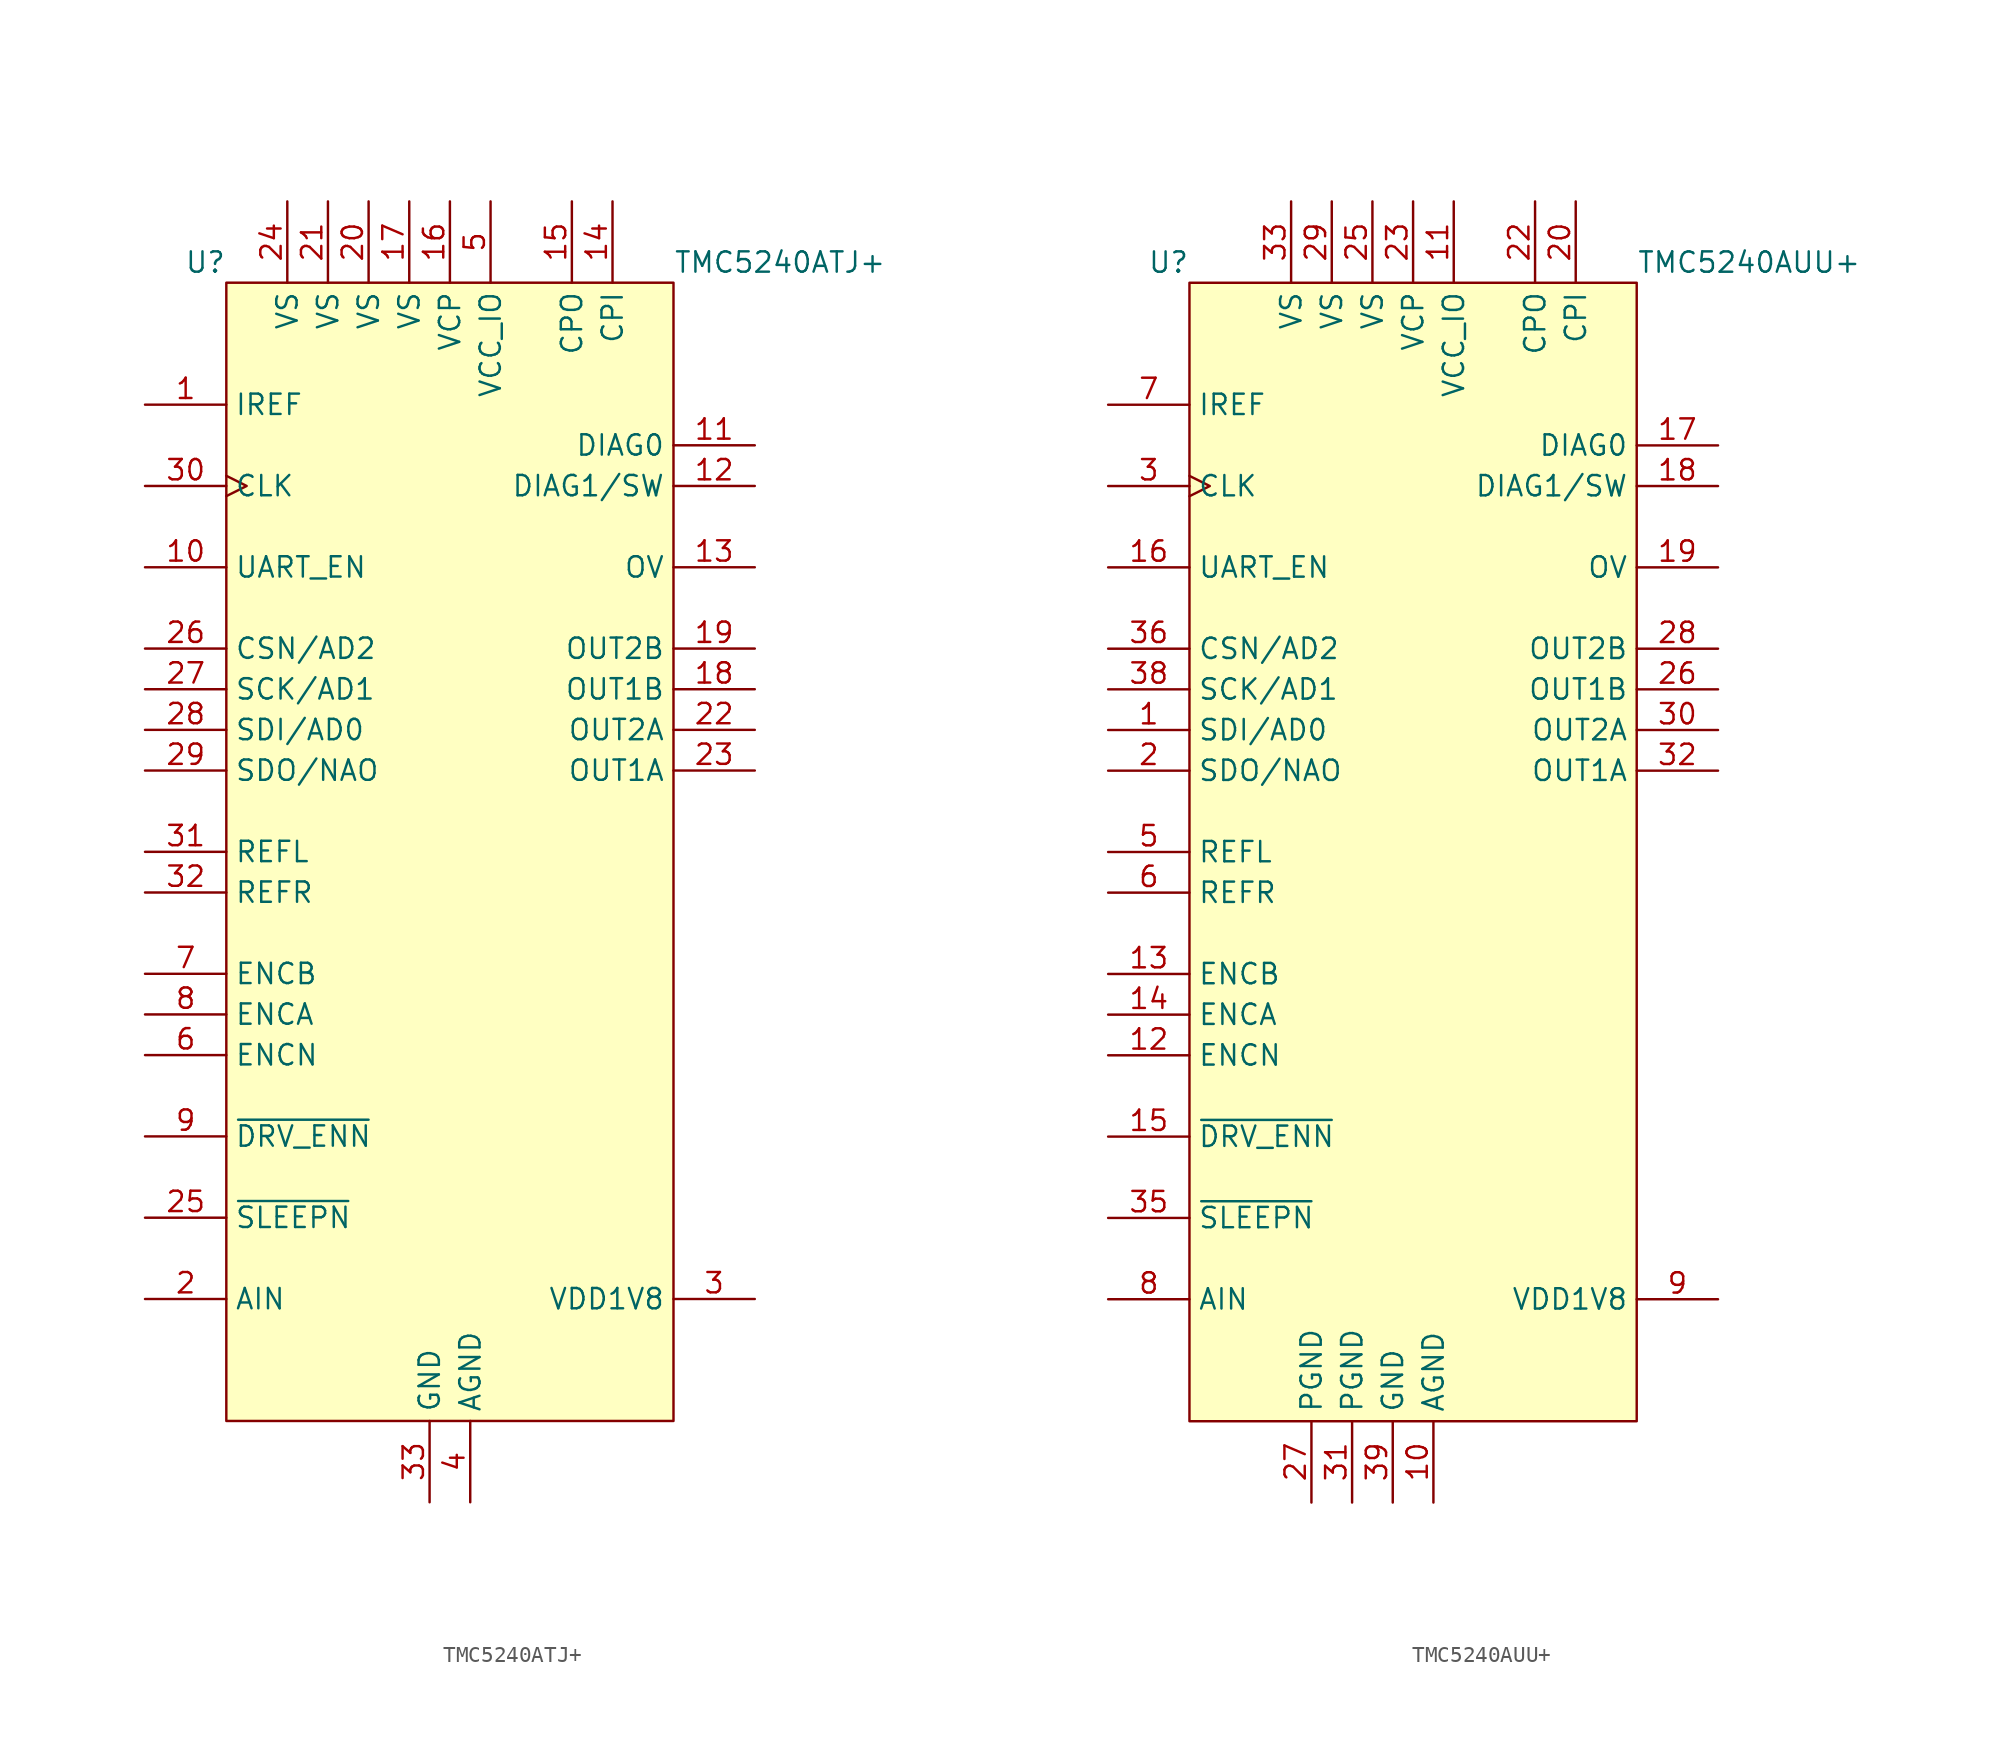
<source format=kicad_sym>
(kicad_symbol_lib
  (version 20231120)
  (generator "kicad_symbol_editor")
  (generator_version "8.0")
  (symbol "TMC5240ATJ+"
    (property "Reference" "U"
      (at -13.97 36.83 0)
      (effects (font (size 1.27 1.27)) (justify right)))
    (property "Value" "TMC5240ATJ+"
      (at 13.97 36.83 0)
      (effects (font (size 1.27 1.27)) (justify left)))
    (symbol "TMC5240ATJ+_1_1"
      (rectangle (start -13.97 35.56) (end 13.97 -35.56) (stroke (width 0) (type default)) (fill (type background)))
      (pin input line (at -19.05 27.94 0) (length 5.08) (name "IREF" (effects (font (size 1.27 1.27)))) (number "1" (effects (font (size 1.27 1.27)))))
      (pin input line (at -19.05 17.78 0) (length 5.08) (name "UART_EN" (effects (font (size 1.27 1.27)))) (number "10" (effects (font (size 1.27 1.27)))))
      (pin output line (at 19.05 25.4 180) (length 5.08) (name "DIAG0" (effects (font (size 1.27 1.27)))) (number "11" (effects (font (size 1.27 1.27)))))
      (pin bidirectional line (at 19.05 22.86 180) (length 5.08) (name "DIAG1/SW" (effects (font (size 1.27 1.27)))) (number "12" (effects (font (size 1.27 1.27)))))
      (pin output line (at 19.05 17.78 180) (length 5.08) (name "OV" (effects (font (size 1.27 1.27)))) (number "13" (effects (font (size 1.27 1.27)))))
      (pin input line (at 10.16 40.64 270) (length 5.08) (name "CPI" (effects (font (size 1.27 1.27)))) (number "14" (effects (font (size 1.27 1.27)))))
      (pin output line (at 7.62 40.64 270) (length 5.08) (name "CPO" (effects (font (size 1.27 1.27)))) (number "15" (effects (font (size 1.27 1.27)))))
      (pin output line (at 0 40.64 270) (length 5.08) (name "VCP" (effects (font (size 1.27 1.27)))) (number "16" (effects (font (size 1.27 1.27)))))
      (pin power_in line (at -2.54 40.64 270) (length 5.08) (name "VS" (effects (font (size 1.27 1.27)))) (number "17" (effects (font (size 1.27 1.27)))))
      (pin output line (at 19.05 10.16 180) (length 5.08) (name "OUT1B" (effects (font (size 1.27 1.27)))) (number "18" (effects (font (size 1.27 1.27)))))
      (pin output line (at 19.05 12.7 180) (length 5.08) (name "OUT2B" (effects (font (size 1.27 1.27)))) (number "19" (effects (font (size 1.27 1.27)))))
      (pin input line (at -19.05 -27.94 0) (length 5.08) (name "AIN" (effects (font (size 1.27 1.27)))) (number "2" (effects (font (size 1.27 1.27)))))
      (pin power_in line (at -5.08 40.64 270) (length 5.08) (name "VS" (effects (font (size 1.27 1.27)))) (number "20" (effects (font (size 1.27 1.27)))))
      (pin power_in line (at -7.62 40.64 270) (length 5.08) (name "VS" (effects (font (size 1.27 1.27)))) (number "21" (effects (font (size 1.27 1.27)))))
      (pin output line (at 19.05 7.62 180) (length 5.08) (name "OUT2A" (effects (font (size 1.27 1.27)))) (number "22" (effects (font (size 1.27 1.27)))))
      (pin output line (at 19.05 5.08 180) (length 5.08) (name "OUT1A" (effects (font (size 1.27 1.27)))) (number "23" (effects (font (size 1.27 1.27)))))
      (pin power_in line (at -10.16 40.64 270) (length 5.08) (name "VS" (effects (font (size 1.27 1.27)))) (number "24" (effects (font (size 1.27 1.27)))))
      (pin input line (at -19.05 -22.86 0) (length 5.08) (name "~{SLEEPN}" (effects (font (size 1.27 1.27)))) (number "25" (effects (font (size 1.27 1.27)))))
      (pin input line (at -19.05 12.7 0) (length 5.08) (name "CSN/AD2" (effects (font (size 1.27 1.27)))) (number "26" (effects (font (size 1.27 1.27)))))
      (pin input line (at -19.05 10.16 0) (length 5.08) (name "SCK/AD1" (effects (font (size 1.27 1.27)))) (number "27" (effects (font (size 1.27 1.27)))))
      (pin input line (at -19.05 7.62 0) (length 5.08) (name "SDI/AD0" (effects (font (size 1.27 1.27)))) (number "28" (effects (font (size 1.27 1.27)))))
      (pin output line (at -19.05 5.08 0) (length 5.08) (name "SDO/NAO" (effects (font (size 1.27 1.27)))) (number "29" (effects (font (size 1.27 1.27)))))
      (pin power_out line (at 19.05 -27.94 180) (length 5.08) (name "VDD1V8" (effects (font (size 1.27 1.27)))) (number "3" (effects (font (size 1.27 1.27)))))
      (pin input clock (at -19.05 22.86 0) (length 5.08) (name "CLK" (effects (font (size 1.27 1.27)))) (number "30" (effects (font (size 1.27 1.27)))))
      (pin input line (at -19.05 0 0) (length 5.08) (name "REFL" (effects (font (size 1.27 1.27)))) (number "31" (effects (font (size 1.27 1.27)))))
      (pin input line (at -19.05 -2.54 0) (length 5.08) (name "REFR" (effects (font (size 1.27 1.27)))) (number "32" (effects (font (size 1.27 1.27)))))
      (pin power_in line (at -1.27 -40.64 90) (length 5.08) (name "GND" (effects (font (size 1.27 1.27)))) (number "33" (effects (font (size 1.27 1.27)))))
      (pin power_in line (at 1.27 -40.64 90) (length 5.08) (name "AGND" (effects (font (size 1.27 1.27)))) (number "4" (effects (font (size 1.27 1.27)))))
      (pin power_in line (at 2.54 40.64 270) (length 5.08) (name "VCC_IO" (effects (font (size 1.27 1.27)))) (number "5" (effects (font (size 1.27 1.27)))))
      (pin input line (at -19.05 -12.7 0) (length 5.08) (name "ENCN" (effects (font (size 1.27 1.27)))) (number "6" (effects (font (size 1.27 1.27)))))
      (pin input line (at -19.05 -7.62 0) (length 5.08) (name "ENCB" (effects (font (size 1.27 1.27)))) (number "7" (effects (font (size 1.27 1.27)))))
      (pin input line (at -19.05 -10.16 0) (length 5.08) (name "ENCA" (effects (font (size 1.27 1.27)))) (number "8" (effects (font (size 1.27 1.27)))))
      (pin input line (at -19.05 -17.78 0) (length 5.08) (name "~{DRV_ENN}" (effects (font (size 1.27 1.27)))) (number "9" (effects (font (size 1.27 1.27)))))))
  (symbol "TMC5240AUU+"
    (property "Reference" "U"
      (at -13.97 36.83 0)
      (effects (font (size 1.27 1.27)) (justify right)))
    (property "Value" "TMC5240AUU+"
      (at 13.97 36.83 0)
      (effects (font (size 1.27 1.27)) (justify left)))
    (symbol "TMC5240AUU+_1_1"
      (rectangle (start -13.97 35.56) (end 13.97 -35.56) (stroke (width 0) (type default)) (fill (type background)))
      (pin input line (at -19.05 7.62 0) (length 5.08) (name "SDI/AD0" (effects (font (size 1.27 1.27)))) (number "1" (effects (font (size 1.27 1.27)))))
      (pin power_in line (at 1.27 -40.64 90) (length 5.08) (name "AGND" (effects (font (size 1.27 1.27)))) (number "10" (effects (font (size 1.27 1.27)))))
      (pin power_in line (at 2.54 40.64 270) (length 5.08) (name "VCC_IO" (effects (font (size 1.27 1.27)))) (number "11" (effects (font (size 1.27 1.27)))))
      (pin input line (at -19.05 -12.7 0) (length 5.08) (name "ENCN" (effects (font (size 1.27 1.27)))) (number "12" (effects (font (size 1.27 1.27)))))
      (pin input line (at -19.05 -7.62 0) (length 5.08) (name "ENCB" (effects (font (size 1.27 1.27)))) (number "13" (effects (font (size 1.27 1.27)))))
      (pin input line (at -19.05 -10.16 0) (length 5.08) (name "ENCA" (effects (font (size 1.27 1.27)))) (number "14" (effects (font (size 1.27 1.27)))))
      (pin input line (at -19.05 -17.78 0) (length 5.08) (name "~{DRV_ENN}" (effects (font (size 1.27 1.27)))) (number "15" (effects (font (size 1.27 1.27)))))
      (pin input line (at -19.05 17.78 0) (length 5.08) (name "UART_EN" (effects (font (size 1.27 1.27)))) (number "16" (effects (font (size 1.27 1.27)))))
      (pin output line (at 19.05 25.4 180) (length 5.08) (name "DIAG0" (effects (font (size 1.27 1.27)))) (number "17" (effects (font (size 1.27 1.27)))))
      (pin bidirectional line (at 19.05 22.86 180) (length 5.08) (name "DIAG1/SW" (effects (font (size 1.27 1.27)))) (number "18" (effects (font (size 1.27 1.27)))))
      (pin output line (at 19.05 17.78 180) (length 5.08) (name "OV" (effects (font (size 1.27 1.27)))) (number "19" (effects (font (size 1.27 1.27)))))
      (pin output line (at -19.05 5.08 0) (length 5.08) (name "SDO/NAO" (effects (font (size 1.27 1.27)))) (number "2" (effects (font (size 1.27 1.27)))))
      (pin input line (at 10.16 40.64 270) (length 5.08) (name "CPI" (effects (font (size 1.27 1.27)))) (number "20" (effects (font (size 1.27 1.27)))))
      (pin no_connect line (at 13.97 -15.24 180) (length 5.08) hide (name "NC" (effects (font (size 1.27 1.27)))) (number "21" (effects (font (size 1.27 1.27)))))
      (pin output line (at 7.62 40.64 270) (length 5.08) (name "CPO" (effects (font (size 1.27 1.27)))) (number "22" (effects (font (size 1.27 1.27)))))
      (pin output line (at 0 40.64 270) (length 5.08) (name "VCP" (effects (font (size 1.27 1.27)))) (number "23" (effects (font (size 1.27 1.27)))))
      (pin no_connect non_logic (at 13.97 -17.78 180) (length 5.08) hide (name "NC" (effects (font (size 1.27 1.27)))) (number "24" (effects (font (size 1.27 1.27)))))
      (pin power_in line (at -2.54 40.64 270) (length 5.08) (name "VS" (effects (font (size 1.27 1.27)))) (number "25" (effects (font (size 1.27 1.27)))))
      (pin output line (at 19.05 10.16 180) (length 5.08) (name "OUT1B" (effects (font (size 1.27 1.27)))) (number "26" (effects (font (size 1.27 1.27)))))
      (pin power_in line (at -6.35 -40.64 90) (length 5.08) (name "PGND" (effects (font (size 1.27 1.27)))) (number "27" (effects (font (size 1.27 1.27)))))
      (pin output line (at 19.05 12.7 180) (length 5.08) (name "OUT2B" (effects (font (size 1.27 1.27)))) (number "28" (effects (font (size 1.27 1.27)))))
      (pin power_in line (at -5.08 40.64 270) (length 5.08) (name "VS" (effects (font (size 1.27 1.27)))) (number "29" (effects (font (size 1.27 1.27)))))
      (pin input clock (at -19.05 22.86 0) (length 5.08) (name "CLK" (effects (font (size 1.27 1.27)))) (number "3" (effects (font (size 1.27 1.27)))))
      (pin output line (at 19.05 7.62 180) (length 5.08) (name "OUT2A" (effects (font (size 1.27 1.27)))) (number "30" (effects (font (size 1.27 1.27)))))
      (pin power_in line (at -3.81 -40.64 90) (length 5.08) (name "PGND" (effects (font (size 1.27 1.27)))) (number "31" (effects (font (size 1.27 1.27)))))
      (pin output line (at 19.05 5.08 180) (length 5.08) (name "OUT1A" (effects (font (size 1.27 1.27)))) (number "32" (effects (font (size 1.27 1.27)))))
      (pin power_in line (at -7.62 40.64 270) (length 5.08) (name "VS" (effects (font (size 1.27 1.27)))) (number "33" (effects (font (size 1.27 1.27)))))
      (pin no_connect line (at 13.97 -20.32 180) (length 5.08) hide (name "NC" (effects (font (size 1.27 1.27)))) (number "34" (effects (font (size 1.27 1.27)))))
      (pin input line (at -19.05 -22.86 0) (length 5.08) (name "~{SLEEPN}" (effects (font (size 1.27 1.27)))) (number "35" (effects (font (size 1.27 1.27)))))
      (pin input line (at -19.05 12.7 0) (length 5.08) (name "CSN/AD2" (effects (font (size 1.27 1.27)))) (number "36" (effects (font (size 1.27 1.27)))))
      (pin no_connect non_logic (at 13.97 -22.86 180) (length 5.08) hide (name "NC" (effects (font (size 1.27 1.27)))) (number "37" (effects (font (size 1.27 1.27)))))
      (pin input line (at -19.05 10.16 0) (length 5.08) (name "SCK/AD1" (effects (font (size 1.27 1.27)))) (number "38" (effects (font (size 1.27 1.27)))))
      (pin power_in line (at -1.27 -40.64 90) (length 5.08) (name "GND" (effects (font (size 1.27 1.27)))) (number "39" (effects (font (size 1.27 1.27)))))
      (pin no_connect line (at 13.97 -12.7 180) (length 5.08) hide (name "NC" (effects (font (size 1.27 1.27)))) (number "4" (effects (font (size 1.27 1.27)))))
      (pin input line (at -19.05 0 0) (length 5.08) (name "REFL" (effects (font (size 1.27 1.27)))) (number "5" (effects (font (size 1.27 1.27)))))
      (pin input line (at -19.05 -2.54 0) (length 5.08) (name "REFR" (effects (font (size 1.27 1.27)))) (number "6" (effects (font (size 1.27 1.27)))))
      (pin input line (at -19.05 27.94 0) (length 5.08) (name "IREF" (effects (font (size 1.27 1.27)))) (number "7" (effects (font (size 1.27 1.27)))))
      (pin input line (at -19.05 -27.94 0) (length 5.08) (name "AIN" (effects (font (size 1.27 1.27)))) (number "8" (effects (font (size 1.27 1.27)))))
      (pin power_out line (at 19.05 -27.94 180) (length 5.08) (name "VDD1V8" (effects (font (size 1.27 1.27)))) (number "9" (effects (font (size 1.27 1.27))))))))
</source>
